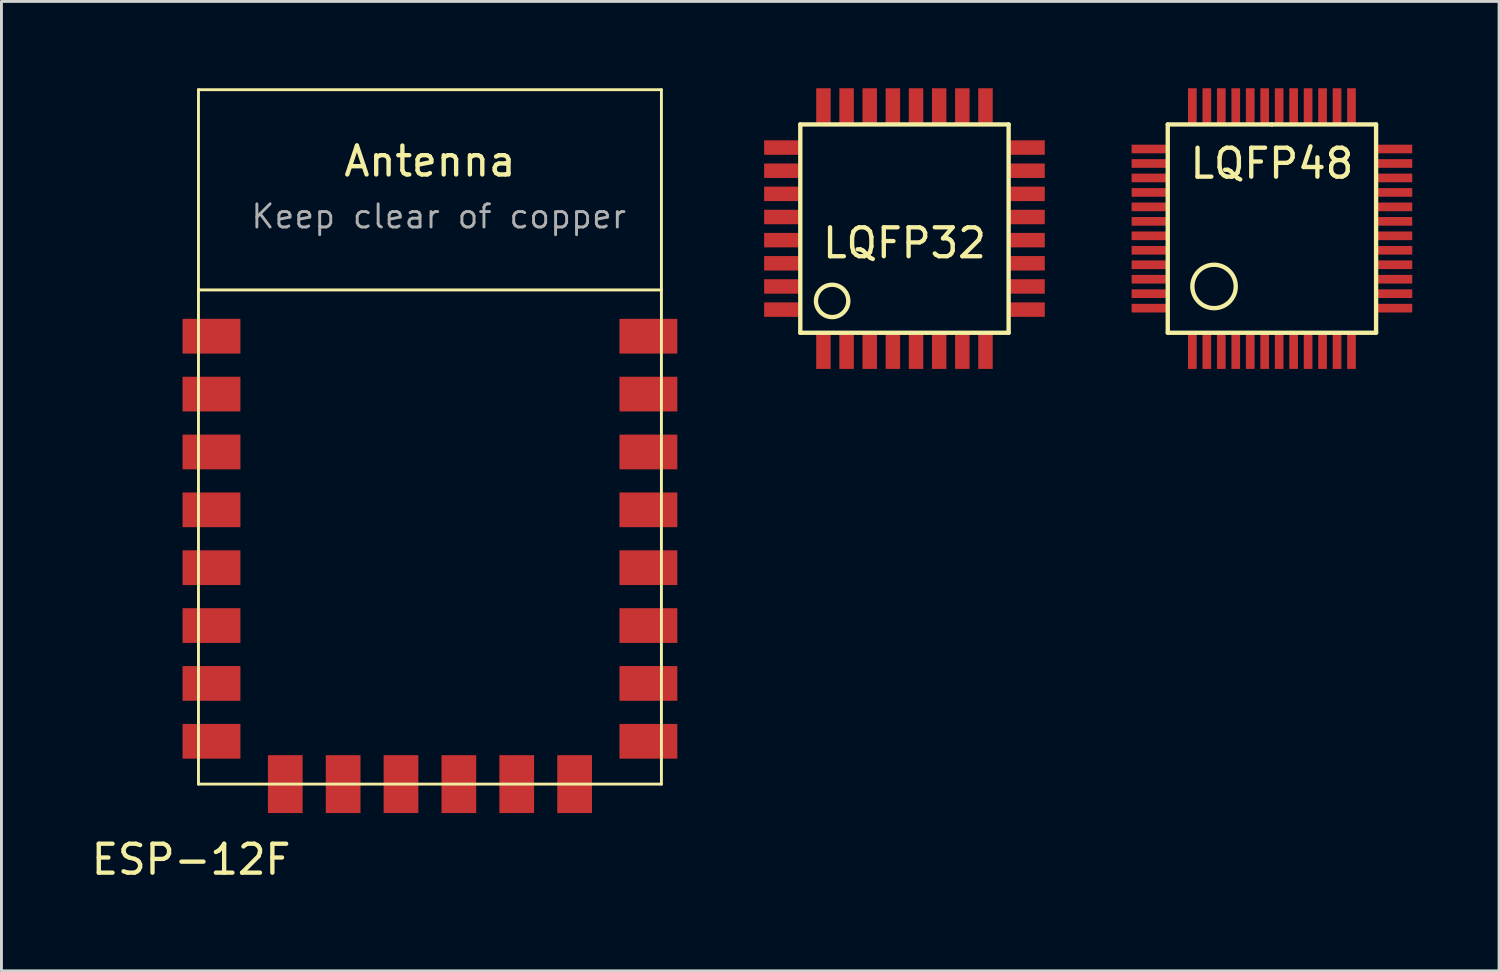
<source format=kicad_pcb>
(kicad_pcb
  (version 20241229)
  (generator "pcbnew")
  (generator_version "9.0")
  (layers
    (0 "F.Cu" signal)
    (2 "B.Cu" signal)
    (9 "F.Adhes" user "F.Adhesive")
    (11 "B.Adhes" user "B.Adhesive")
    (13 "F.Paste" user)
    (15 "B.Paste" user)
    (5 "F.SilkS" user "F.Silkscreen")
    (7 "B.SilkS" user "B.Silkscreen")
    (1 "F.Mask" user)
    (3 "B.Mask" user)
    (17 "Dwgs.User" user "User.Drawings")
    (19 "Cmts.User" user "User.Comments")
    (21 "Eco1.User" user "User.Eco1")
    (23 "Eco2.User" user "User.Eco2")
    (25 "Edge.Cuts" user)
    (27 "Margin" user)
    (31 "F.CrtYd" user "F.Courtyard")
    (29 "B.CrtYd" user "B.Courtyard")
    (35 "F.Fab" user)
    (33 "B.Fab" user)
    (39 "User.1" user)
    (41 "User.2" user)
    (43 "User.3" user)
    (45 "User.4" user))
  (footprint "ESP-12F"
    (layer "F.Cu")
    (at 11.809 12.05)
    (property "Reference" "ESP-12F" (at -8.255 14.605 0) (layer "F.SilkS") (effects (font (size 1 1) (thickness 0.15))))
    (attr through_hole)
    (fp_line (start -8 -12) (end 8 -12) (stroke (width 0.1) (type solid)) (layer "F.SilkS"))
    (fp_line (start -8 -5.08) (end 8 -5.08) (stroke (width 0.1) (type solid)) (layer "F.SilkS"))
    (fp_line (start -8 12) (end -8 -12) (stroke (width 0.1) (type solid)) (layer "F.SilkS"))
    (fp_line (start -8 12) (end 8 12) (stroke (width 0.1) (type solid)) (layer "F.SilkS"))
    (fp_line (start 8 -12) (end 8 12) (stroke (width 0.1) (type solid)) (layer "F.SilkS"))
    (fp_text user "Antenna" (at 0 -9.525 0) (layer "F.SilkS") (effects (font (size 1 1) (thickness 0.15))))
    (fp_text user " Keep clear of copper" (at 0 -7.62 0) (layer "F.Fab") (effects (font (size 0.8 0.8) (thickness 0.1))))
    (pad "1" smd rect (at -7.55 -3.48 90) (size 1.2 2) (layers "F.Cu" "F.Mask" "F.Paste"))
    (pad "2" smd rect (at -7.55 -1.48 90) (size 1.2 2) (layers "F.Cu" "F.Mask" "F.Paste"))
    (pad "3" smd rect (at -7.55 0.52) (size 2 1.2) (layers "F.Cu" "F.Mask" "F.Paste"))
    (pad "4" smd rect (at -7.55 2.52) (size 2 1.2) (layers "F.Cu" "F.Mask" "F.Paste"))
    (pad "5" smd rect (at -7.55 4.52) (size 2 1.2) (layers "F.Cu" "F.Mask" "F.Paste"))
    (pad "6" smd rect (at -7.55 6.52) (size 2 1.2) (layers "F.Cu" "F.Mask" "F.Paste"))
    (pad "7" smd rect (at -7.55 8.52) (size 2 1.2) (layers "F.Cu" "F.Mask" "F.Paste"))
    (pad "8" smd rect (at -7.55 10.52) (size 2 1.2) (layers "F.Cu" "F.Mask" "F.Paste"))
    (pad "9" smd rect (at -5 12 90) (size 2 1.2) (layers "F.Cu" "F.Mask" "F.Paste"))
    (pad "10" smd rect (at -3 12 90) (size 2 1.2) (layers "F.Cu" "F.Mask" "F.Paste"))
    (pad "11" smd rect (at -1 12 90) (size 2 1.2) (layers "F.Cu" "F.Mask" "F.Paste"))
    (pad "12" smd rect (at 1 12 90) (size 2 1.2) (layers "F.Cu" "F.Mask" "F.Paste"))
    (pad "13" smd rect (at 3 12 90) (size 2 1.2) (layers "F.Cu" "F.Mask" "F.Paste"))
    (pad "14" smd rect (at 5 12 90) (size 2 1.2) (layers "F.Cu" "F.Mask" "F.Paste"))
    (pad "15" smd rect (at 7.55 10.52 180) (size 2 1.2) (layers "F.Cu" "F.Mask" "F.Paste"))
    (pad "16" smd rect (at 7.55 8.52) (size 2 1.2) (layers "F.Cu" "F.Mask" "F.Paste"))
    (pad "17" smd rect (at 7.55 6.52) (size 2 1.2) (layers "F.Cu" "F.Mask" "F.Paste"))
    (pad "18" smd rect (at 7.55 4.52) (size 2 1.2) (layers "F.Cu" "F.Mask" "F.Paste"))
    (pad "19" smd rect (at 7.55 2.52) (size 2 1.2) (layers "F.Cu" "F.Mask" "F.Paste"))
    (pad "20" smd rect (at 7.55 0.52) (size 2 1.2) (layers "F.Cu" "F.Mask" "F.Paste"))
    (pad "21" smd rect (at 7.55 -1.48) (size 2 1.2) (layers "F.Cu" "F.Mask" "F.Paste"))
    (pad "22" smd rect (at 7.55 -3.48) (size 2 1.2) (layers "F.Cu" "F.Mask" "F.Paste")))
  (footprint "LQFP32"
    (layer "F.Cu")
    (at 28.209 4.85)
    (property "Reference" "LQFP32" (at 0 0.5 0) (layer "F.SilkS") (effects (font (size 1 1) (thickness 0.15))))
    (attr through_hole)
    (fp_line (start -3.6 -3.6) (end 3.6 -3.6) (stroke (width 0.15) (type solid)) (layer "F.SilkS"))
    (fp_line (start -3.6 3.6) (end -3.6 -3.6) (stroke (width 0.15) (type solid)) (layer "F.SilkS"))
    (fp_line (start 3.6 -3.6) (end 3.6 3.6) (stroke (width 0.15) (type solid)) (layer "F.SilkS"))
    (fp_line (start 3.6 3.6) (end -3.6 3.6) (stroke (width 0.15) (type solid)) (layer "F.SilkS"))
    (fp_circle (center -2.5 2.5) (end -2.75 3) (stroke (width 0.15) (type solid)) (fill no) (layer "F.SilkS"))
    (pad "1" smd rect (at -2.8 4.25 90) (size 1.2 0.5) (layers "F.Cu" "F.Mask" "F.Paste"))
    (pad "2" smd rect (at -2 4.25 90) (size 1.2 0.5) (layers "F.Cu" "F.Mask" "F.Paste"))
    (pad "3" smd rect (at -1.2 4.25 90) (size 1.2 0.5) (layers "F.Cu" "F.Mask" "F.Paste"))
    (pad "4" smd rect (at -0.4 4.25 90) (size 1.2 0.5) (layers "F.Cu" "F.Mask" "F.Paste"))
    (pad "5" smd rect (at 0.4 4.25 90) (size 1.2 0.5) (layers "F.Cu" "F.Mask" "F.Paste"))
    (pad "6" smd rect (at 1.2 4.25 90) (size 1.2 0.5) (layers "F.Cu" "F.Mask" "F.Paste"))
    (pad "7" smd rect (at 2 4.25 90) (size 1.2 0.5) (layers "F.Cu" "F.Mask" "F.Paste"))
    (pad "8" smd rect (at 2.8 4.25 90) (size 1.2 0.5) (layers "F.Cu" "F.Mask" "F.Paste"))
    (pad "9" smd rect (at 4.25 2.8) (size 1.2 0.5) (layers "F.Cu" "F.Mask" "F.Paste"))
    (pad "10" smd rect (at 4.25 2) (size 1.2 0.5) (layers "F.Cu" "F.Mask" "F.Paste"))
    (pad "11" smd rect (at 4.25 1.2) (size 1.2 0.5) (layers "F.Cu" "F.Mask" "F.Paste"))
    (pad "12" smd rect (at 4.25 0.4) (size 1.2 0.5) (layers "F.Cu" "F.Mask" "F.Paste"))
    (pad "13" smd rect (at 4.25 -0.4) (size 1.2 0.5) (layers "F.Cu" "F.Mask" "F.Paste"))
    (pad "14" smd rect (at 4.25 -1.2) (size 1.2 0.5) (layers "F.Cu" "F.Mask" "F.Paste"))
    (pad "15" smd rect (at 4.25 -2) (size 1.2 0.5) (layers "F.Cu" "F.Mask" "F.Paste"))
    (pad "16" smd rect (at 4.25 -2.8) (size 1.2 0.5) (layers "F.Cu" "F.Mask" "F.Paste"))
    (pad "17" smd rect (at 2.8 -4.25 90) (size 1.2 0.5) (layers "F.Cu" "F.Mask" "F.Paste"))
    (pad "18" smd rect (at 2 -4.25 90) (size 1.2 0.5) (layers "F.Cu" "F.Mask" "F.Paste"))
    (pad "19" smd rect (at 1.2 -4.25 90) (size 1.2 0.5) (layers "F.Cu" "F.Mask" "F.Paste"))
    (pad "20" smd rect (at 0.4 -4.25 90) (size 1.2 0.5) (layers "F.Cu" "F.Mask" "F.Paste"))
    (pad "21" smd rect (at -0.4 -4.25 90) (size 1.2 0.5) (layers "F.Cu" "F.Mask" "F.Paste"))
    (pad "22" smd rect (at -1.2 -4.25 90) (size 1.2 0.5) (layers "F.Cu" "F.Mask" "F.Paste"))
    (pad "23" smd rect (at -2 -4.25 90) (size 1.2 0.5) (layers "F.Cu" "F.Mask" "F.Paste"))
    (pad "24" smd rect (at -2.8 -4.25 90) (size 1.2 0.5) (layers "F.Cu" "F.Mask" "F.Paste"))
    (pad "25" smd rect (at -4.25 -2.8 180) (size 1.2 0.5) (layers "F.Cu" "F.Mask" "F.Paste"))
    (pad "26" smd rect (at -4.25 -2) (size 1.2 0.5) (layers "F.Cu" "F.Mask" "F.Paste"))
    (pad "27" smd rect (at -4.25 -1.2) (size 1.2 0.5) (layers "F.Cu" "F.Mask" "F.Paste"))
    (pad "28" smd rect (at -4.25 -0.4) (size 1.2 0.5) (layers "F.Cu" "F.Mask" "F.Paste"))
    (pad "29" smd rect (at -4.25 0.4) (size 1.2 0.5) (layers "F.Cu" "F.Mask" "F.Paste"))
    (pad "30" smd rect (at -4.25 1.2) (size 1.2 0.5) (layers "F.Cu" "F.Mask" "F.Paste"))
    (pad "31" smd rect (at -4.25 2) (size 1.2 0.5) (layers "F.Cu" "F.Mask" "F.Paste"))
    (pad "32" smd rect (at -4.25 2.8) (size 1.2 0.5) (layers "F.Cu" "F.Mask" "F.Paste")))
  (footprint "LQFP48"
    (layer "F.Cu")
    (at 40.909 4.85)
    (property "Reference" "LQFP48" (at 0 -2.25 0) (layer "F.SilkS") (effects (font (size 1 1) (thickness 0.15))))
    (attr through_hole)
    (fp_line (start -3.6 -3.6) (end -3.6 3.6) (stroke (width 0.15) (type solid)) (layer "F.SilkS"))
    (fp_line (start -3.6 3.6) (end 3.6 3.6) (stroke (width 0.15) (type solid)) (layer "F.SilkS"))
    (fp_line (start 0 -3.6) (end -3.6 -3.6) (stroke (width 0.15) (type solid)) (layer "F.SilkS"))
    (fp_line (start 3.6 -3.6) (end 0 -3.6) (stroke (width 0.15) (type solid)) (layer "F.SilkS"))
    (fp_line (start 3.6 3.6) (end 3.6 -3.6) (stroke (width 0.15) (type solid)) (layer "F.SilkS"))
    (fp_circle (center -2 2) (end -2.75 2) (stroke (width 0.15) (type solid)) (fill no) (layer "F.SilkS"))
    (pad "1" smd rect (at -2.75 4.25 90) (size 1.2 0.3) (layers "F.Cu" "F.Mask" "F.Paste"))
    (pad "2" smd rect (at -2.25 4.25 90) (size 1.2 0.3) (layers "F.Cu" "F.Mask" "F.Paste"))
    (pad "3" smd rect (at -1.75 4.25 90) (size 1.2 0.3) (layers "F.Cu" "F.Mask" "F.Paste"))
    (pad "4" smd rect (at -1.25 4.25 90) (size 1.2 0.3) (layers "F.Cu" "F.Mask" "F.Paste"))
    (pad "5" smd rect (at -0.75 4.25 90) (size 1.2 0.3) (layers "F.Cu" "F.Mask" "F.Paste"))
    (pad "6" smd rect (at -0.25 4.25 90) (size 1.2 0.3) (layers "F.Cu" "F.Mask" "F.Paste"))
    (pad "7" smd rect (at 0.25 4.25 90) (size 1.2 0.3) (layers "F.Cu" "F.Mask" "F.Paste"))
    (pad "8" smd rect (at 0.75 4.25 90) (size 1.2 0.3) (layers "F.Cu" "F.Mask" "F.Paste"))
    (pad "9" smd rect (at 1.25 4.25 90) (size 1.2 0.3) (layers "F.Cu" "F.Mask" "F.Paste"))
    (pad "10" smd rect (at 1.75 4.25 90) (size 1.2 0.3) (layers "F.Cu" "F.Mask" "F.Paste"))
    (pad "11" smd rect (at 2.25 4.25 90) (size 1.2 0.3) (layers "F.Cu" "F.Mask" "F.Paste"))
    (pad "12" smd rect (at 2.75 4.25 90) (size 1.2 0.3) (layers "F.Cu" "F.Mask" "F.Paste"))
    (pad "13" smd rect (at 4.25 2.75 180) (size 1.2 0.3) (layers "F.Cu" "F.Mask" "F.Paste"))
    (pad "14" smd rect (at 4.25 2.25 180) (size 1.2 0.3) (layers "F.Cu" "F.Mask" "F.Paste"))
    (pad "15" smd rect (at 4.25 1.75 180) (size 1.2 0.3) (layers "F.Cu" "F.Mask" "F.Paste"))
    (pad "16" smd rect (at 4.25 1.25 180) (size 1.2 0.3) (layers "F.Cu" "F.Mask" "F.Paste"))
    (pad "17" smd rect (at 4.25 0.75 180) (size 1.2 0.3) (layers "F.Cu" "F.Mask" "F.Paste"))
    (pad "18" smd rect (at 4.25 0.25 180) (size 1.2 0.3) (layers "F.Cu" "F.Mask" "F.Paste"))
    (pad "19" smd rect (at 4.25 -0.25 180) (size 1.2 0.3) (layers "F.Cu" "F.Mask" "F.Paste"))
    (pad "20" smd rect (at 4.25 -0.75 180) (size 1.2 0.3) (layers "F.Cu" "F.Mask" "F.Paste"))
    (pad "21" smd rect (at 4.25 -1.25 180) (size 1.2 0.3) (layers "F.Cu" "F.Mask" "F.Paste"))
    (pad "22" smd rect (at 4.25 -1.75 180) (size 1.2 0.3) (layers "F.Cu" "F.Mask" "F.Paste"))
    (pad "23" smd rect (at 4.25 -2.25 180) (size 1.2 0.3) (layers "F.Cu" "F.Mask" "F.Paste"))
    (pad "24" smd rect (at 4.25 -2.75 180) (size 1.2 0.3) (layers "F.Cu" "F.Mask" "F.Paste"))
    (pad "25" smd rect (at 2.75 -4.25 90) (size 1.2 0.3) (layers "F.Cu" "F.Mask" "F.Paste"))
    (pad "26" smd rect (at 2.25 -4.25 90) (size 1.2 0.3) (layers "F.Cu" "F.Mask" "F.Paste"))
    (pad "27" smd rect (at 1.75 -4.25 90) (size 1.2 0.3) (layers "F.Cu" "F.Mask" "F.Paste"))
    (pad "28" smd rect (at 1.25 -4.25 90) (size 1.2 0.3) (layers "F.Cu" "F.Mask" "F.Paste"))
    (pad "29" smd rect (at 0.75 -4.25 90) (size 1.2 0.3) (layers "F.Cu" "F.Mask" "F.Paste"))
    (pad "30" smd rect (at 0.25 -4.25 90) (size 1.2 0.3) (layers "F.Cu" "F.Mask" "F.Paste"))
    (pad "31" smd rect (at -0.25 -4.25 90) (size 1.2 0.3) (layers "F.Cu" "F.Mask" "F.Paste"))
    (pad "32" smd rect (at -0.75 -4.25 90) (size 1.2 0.3) (layers "F.Cu" "F.Mask" "F.Paste"))
    (pad "33" smd rect (at -1.25 -4.25 90) (size 1.2 0.3) (layers "F.Cu" "F.Mask" "F.Paste"))
    (pad "34" smd rect (at -1.75 -4.25 90) (size 1.2 0.3) (layers "F.Cu" "F.Mask" "F.Paste"))
    (pad "35" smd rect (at -2.25 -4.25 90) (size 1.2 0.3) (layers "F.Cu" "F.Mask" "F.Paste"))
    (pad "36" smd rect (at -2.75 -4.25 90) (size 1.2 0.3) (layers "F.Cu" "F.Mask" "F.Paste"))
    (pad "37" smd rect (at -4.25 -2.75 180) (size 1.2 0.3) (layers "F.Cu" "F.Mask" "F.Paste"))
    (pad "38" smd rect (at -4.25 -2.25 180) (size 1.2 0.3) (layers "F.Cu" "F.Mask" "F.Paste"))
    (pad "39" smd rect (at -4.25 -1.75 180) (size 1.2 0.3) (layers "F.Cu" "F.Mask" "F.Paste"))
    (pad "40" smd rect (at -4.25 -1.25 180) (size 1.2 0.3) (layers "F.Cu" "F.Mask" "F.Paste"))
    (pad "41" smd rect (at -4.25 -0.75 180) (size 1.2 0.3) (layers "F.Cu" "F.Mask" "F.Paste"))
    (pad "42" smd rect (at -4.25 -0.25 180) (size 1.2 0.3) (layers "F.Cu" "F.Mask" "F.Paste"))
    (pad "43" smd rect (at -4.25 0.25 180) (size 1.2 0.3) (layers "F.Cu" "F.Mask" "F.Paste"))
    (pad "44" smd rect (at -4.25 0.75 180) (size 1.2 0.3) (layers "F.Cu" "F.Mask" "F.Paste"))
    (pad "45" smd rect (at -4.25 1.25 180) (size 1.2 0.3) (layers "F.Cu" "F.Mask" "F.Paste"))
    (pad "46" smd rect (at -4.25 1.75 180) (size 1.2 0.3) (layers "F.Cu" "F.Mask" "F.Paste"))
    (pad "47" smd rect (at -4.25 2.25 180) (size 1.2 0.3) (layers "F.Cu" "F.Mask" "F.Paste"))
    (pad "48" smd rect (at -4.25 2.75 180) (size 1.2 0.3) (layers "F.Cu" "F.Mask" "F.Paste")))
  (gr_rect
    (start -3 -3)
    (end 48.759 30.503)
    (stroke (width 0.1) (type default))
    (fill no)
    (layer "Edge.Cuts")))
</source>
